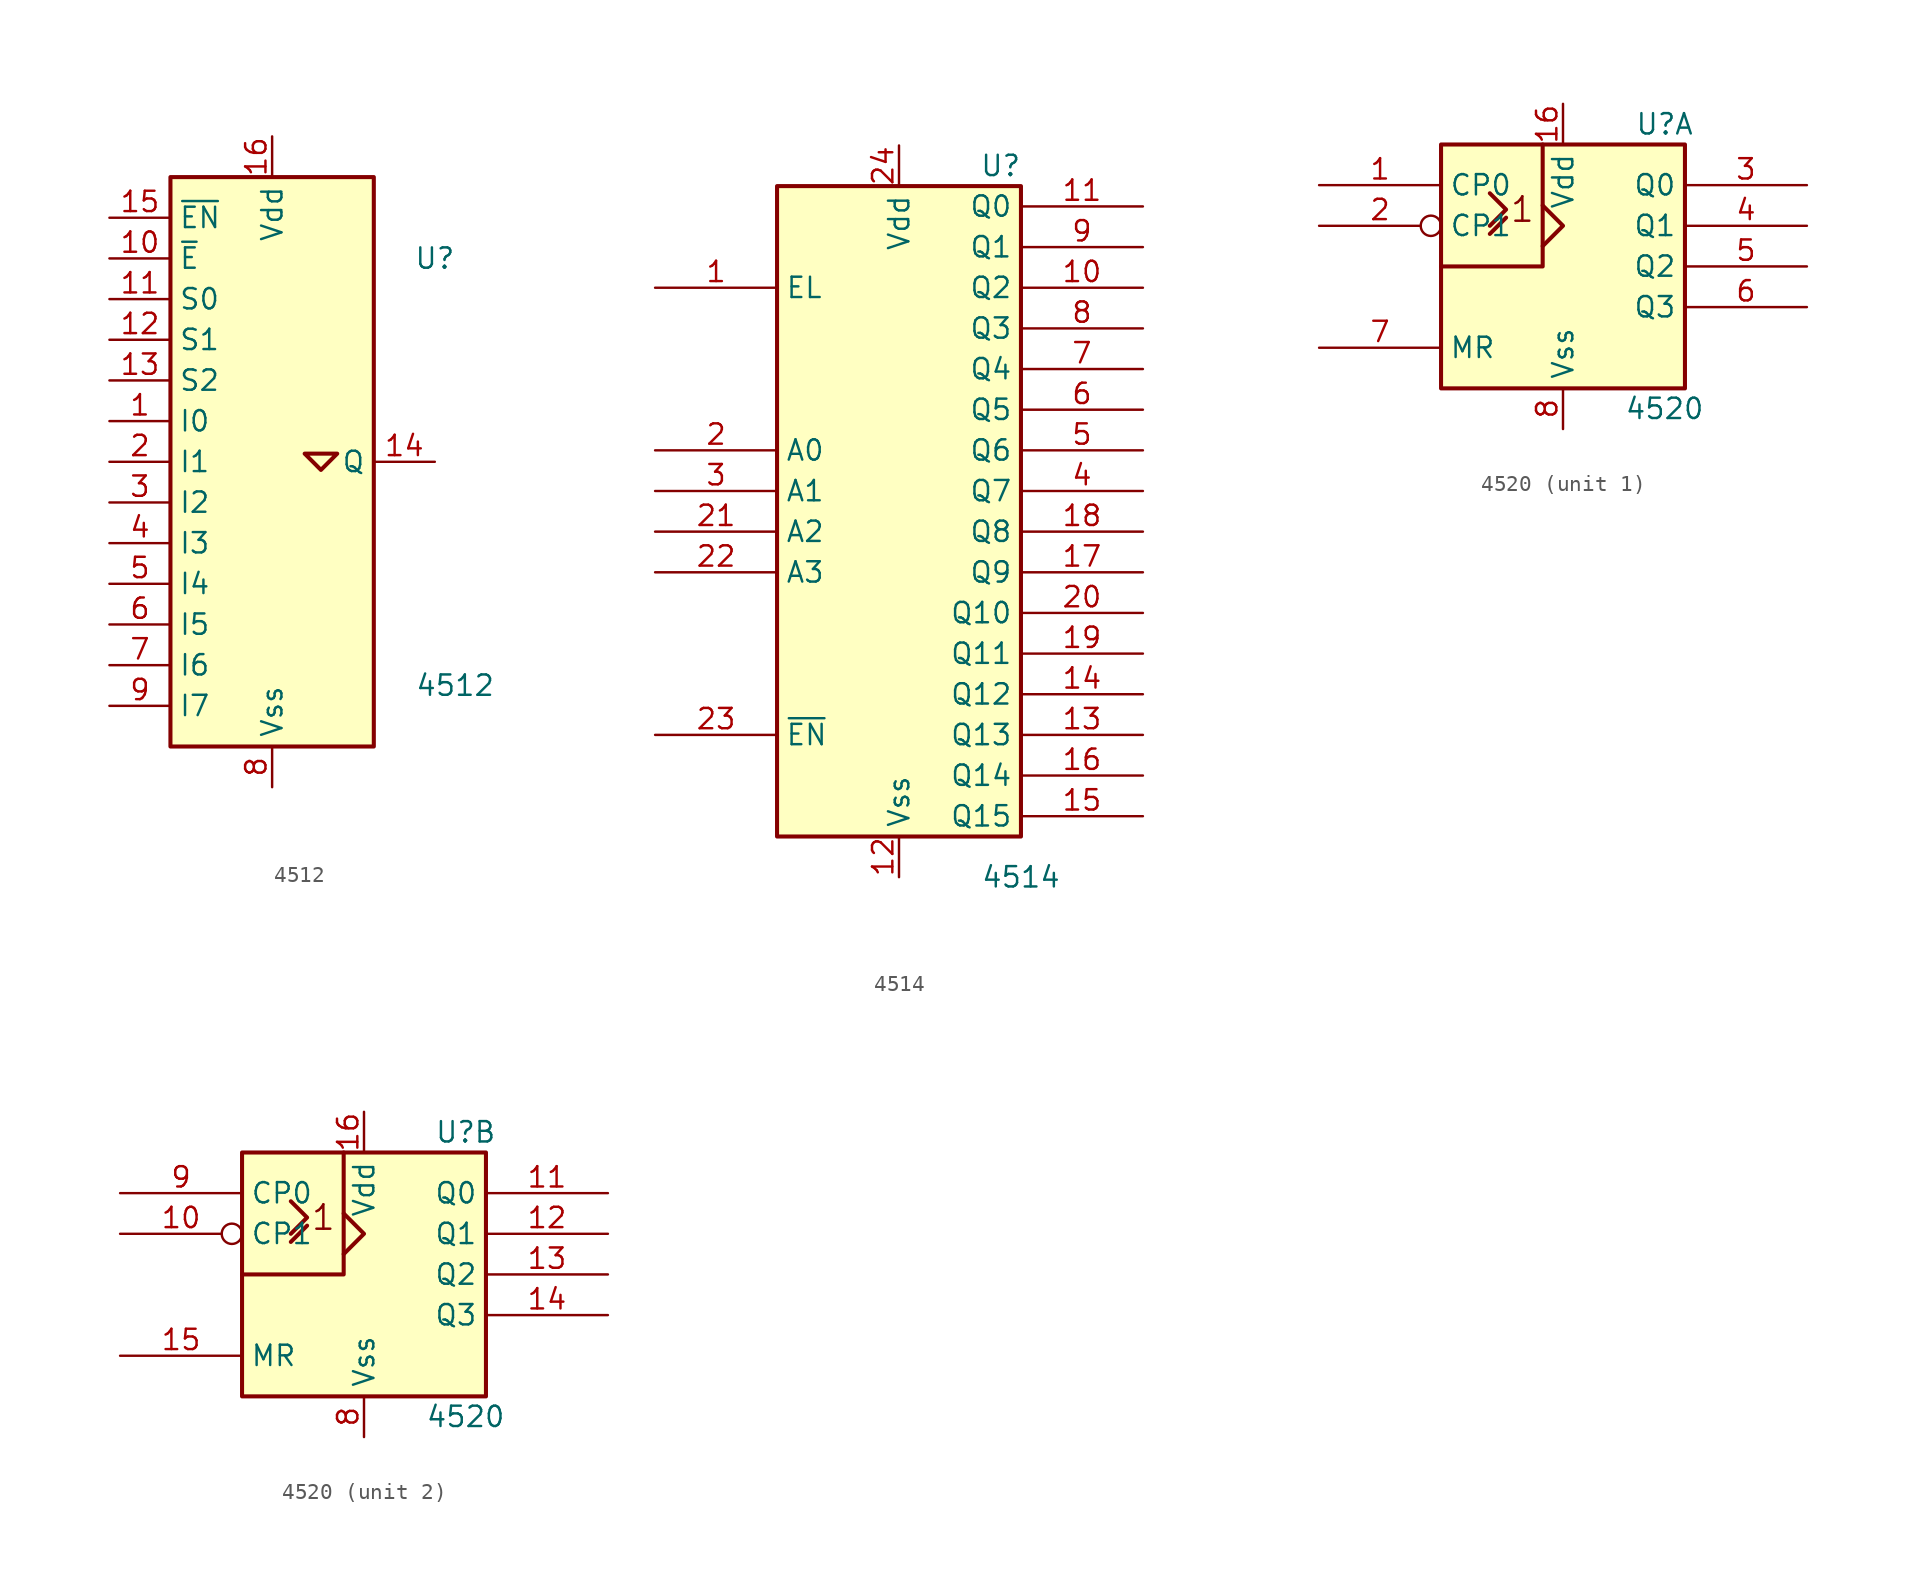
<source format=kicad_sym>
(kicad_symbol_lib
  (version 20241209)
  (generator "kicad_symbol_editor")
  (generator_version "9.0")
  (symbol "4512"
    (property "Reference" "U"
      (at 10.16 12.7 0)
      (effects (font (size 1.27 1.27))))
    (property "Value" "4512"
      (at 11.43 -13.97 0)
      (effects (font (size 1.27 1.27))))
    (symbol "4512_0_1"
      (rectangle (start -6.35 17.78) (end 6.35 -17.78) (stroke (width 0.254) (type default)) (fill (type background)))
      (polyline (pts (xy 2.032 0.508) (xy 3.048 -0.508) (xy 4.064 0.508) (xy 2.032 0.508) (xy 2.032 0.508)) (stroke (width 0.254) (type default)) (fill (type background))))
    (symbol "4512_1_1"
      (pin input line (at -10.16 15.24 0) (length 3.81) (name "~{EN}" (effects (font (size 1.27 1.27)))) (number "15" (effects (font (size 1.27 1.27)))))
      (pin input line (at -10.16 12.7 0) (length 3.81) (name "~{E}" (effects (font (size 1.27 1.27)))) (number "10" (effects (font (size 1.27 1.27)))))
      (pin input line (at -10.16 10.16 0) (length 3.81) (name "S0" (effects (font (size 1.27 1.27)))) (number "11" (effects (font (size 1.27 1.27)))))
      (pin input line (at -10.16 7.62 0) (length 3.81) (name "S1" (effects (font (size 1.27 1.27)))) (number "12" (effects (font (size 1.27 1.27)))))
      (pin input line (at -10.16 5.08 0) (length 3.81) (name "S2" (effects (font (size 1.27 1.27)))) (number "13" (effects (font (size 1.27 1.27)))))
      (pin input line (at -10.16 2.54 0) (length 3.81) (name "I0" (effects (font (size 1.27 1.27)))) (number "1" (effects (font (size 1.27 1.27)))))
      (pin input line (at -10.16 0 0) (length 3.81) (name "I1" (effects (font (size 1.27 1.27)))) (number "2" (effects (font (size 1.27 1.27)))))
      (pin input line (at -10.16 -2.54 0) (length 3.81) (name "I2" (effects (font (size 1.27 1.27)))) (number "3" (effects (font (size 1.27 1.27)))))
      (pin input line (at -10.16 -5.08 0) (length 3.81) (name "I3" (effects (font (size 1.27 1.27)))) (number "4" (effects (font (size 1.27 1.27)))))
      (pin input line (at -10.16 -7.62 0) (length 3.81) (name "I4" (effects (font (size 1.27 1.27)))) (number "5" (effects (font (size 1.27 1.27)))))
      (pin input line (at -10.16 -10.16 0) (length 3.81) (name "I5" (effects (font (size 1.27 1.27)))) (number "6" (effects (font (size 1.27 1.27)))))
      (pin input line (at -10.16 -12.7 0) (length 3.81) (name "I6" (effects (font (size 1.27 1.27)))) (number "7" (effects (font (size 1.27 1.27)))))
      (pin input line (at -10.16 -15.24 0) (length 3.81) (name "I7" (effects (font (size 1.27 1.27)))) (number "9" (effects (font (size 1.27 1.27)))))
      (pin power_in line (at 0 20.32 270) (length 2.54) (name "Vdd" (effects (font (size 1.27 1.27)))) (number "16" (effects (font (size 1.27 1.27)))))
      (pin power_in line (at 0 -20.32 90) (length 2.54) (name "Vss" (effects (font (size 1.27 1.27)))) (number "8" (effects (font (size 1.27 1.27)))))
      (pin output line (at 10.16 0 180) (length 3.81) (name "Q" (effects (font (size 1.27 1.27)))) (number "14" (effects (font (size 1.27 1.27)))))))
  (symbol "4514"
    (property "Reference" "U"
      (at 6.35 21.59 0)
      (effects (font (size 1.27 1.27))))
    (property "Value" "4514"
      (at 7.62 -22.86 0)
      (effects (font (size 1.27 1.27))))
    (symbol "4514_0_1"
      (rectangle (start 7.62 20.32) (end -7.62 -20.32) (stroke (width 0.254) (type default)) (fill (type background))))
    (symbol "4514_1_1"
      (pin input line (at -15.24 13.97 0) (length 7.62) (name "EL" (effects (font (size 1.27 1.27)))) (number "1" (effects (font (size 1.27 1.27)))))
      (pin input line (at -15.24 3.81 0) (length 7.62) (name "A0" (effects (font (size 1.27 1.27)))) (number "2" (effects (font (size 1.27 1.27)))))
      (pin input line (at -15.24 1.27 0) (length 7.62) (name "A1" (effects (font (size 1.27 1.27)))) (number "3" (effects (font (size 1.27 1.27)))))
      (pin input line (at -15.24 -1.27 0) (length 7.62) (name "A2" (effects (font (size 1.27 1.27)))) (number "21" (effects (font (size 1.27 1.27)))))
      (pin input line (at -15.24 -3.81 0) (length 7.62) (name "A3" (effects (font (size 1.27 1.27)))) (number "22" (effects (font (size 1.27 1.27)))))
      (pin input line (at -15.24 -13.97 0) (length 7.62) (name "~{EN}" (effects (font (size 1.27 1.27)))) (number "23" (effects (font (size 1.27 1.27)))))
      (pin power_in line (at 0 22.86 270) (length 2.54) (name "Vdd" (effects (font (size 1.27 1.27)))) (number "24" (effects (font (size 1.27 1.27)))))
      (pin power_in line (at 0 -22.86 90) (length 2.54) (name "Vss" (effects (font (size 1.27 1.27)))) (number "12" (effects (font (size 1.27 1.27)))))
      (pin output line (at 15.24 19.05 180) (length 7.62) (name "Q0" (effects (font (size 1.27 1.27)))) (number "11" (effects (font (size 1.27 1.27)))))
      (pin output line (at 15.24 16.51 180) (length 7.62) (name "Q1" (effects (font (size 1.27 1.27)))) (number "9" (effects (font (size 1.27 1.27)))))
      (pin output line (at 15.24 13.97 180) (length 7.62) (name "Q2" (effects (font (size 1.27 1.27)))) (number "10" (effects (font (size 1.27 1.27)))))
      (pin output line (at 15.24 11.43 180) (length 7.62) (name "Q3" (effects (font (size 1.27 1.27)))) (number "8" (effects (font (size 1.27 1.27)))))
      (pin output line (at 15.24 8.89 180) (length 7.62) (name "Q4" (effects (font (size 1.27 1.27)))) (number "7" (effects (font (size 1.27 1.27)))))
      (pin output line (at 15.24 6.35 180) (length 7.62) (name "Q5" (effects (font (size 1.27 1.27)))) (number "6" (effects (font (size 1.27 1.27)))))
      (pin output line (at 15.24 3.81 180) (length 7.62) (name "Q6" (effects (font (size 1.27 1.27)))) (number "5" (effects (font (size 1.27 1.27)))))
      (pin output line (at 15.24 1.27 180) (length 7.62) (name "Q7" (effects (font (size 1.27 1.27)))) (number "4" (effects (font (size 1.27 1.27)))))
      (pin output line (at 15.24 -1.27 180) (length 7.62) (name "Q8" (effects (font (size 1.27 1.27)))) (number "18" (effects (font (size 1.27 1.27)))))
      (pin output line (at 15.24 -3.81 180) (length 7.62) (name "Q9" (effects (font (size 1.27 1.27)))) (number "17" (effects (font (size 1.27 1.27)))))
      (pin output line (at 15.24 -6.35 180) (length 7.62) (name "Q10" (effects (font (size 1.27 1.27)))) (number "20" (effects (font (size 1.27 1.27)))))
      (pin output line (at 15.24 -8.89 180) (length 7.62) (name "Q11" (effects (font (size 1.27 1.27)))) (number "19" (effects (font (size 1.27 1.27)))))
      (pin output line (at 15.24 -11.43 180) (length 7.62) (name "Q12" (effects (font (size 1.27 1.27)))) (number "14" (effects (font (size 1.27 1.27)))))
      (pin output line (at 15.24 -13.97 180) (length 7.62) (name "Q13" (effects (font (size 1.27 1.27)))) (number "13" (effects (font (size 1.27 1.27)))))
      (pin output line (at 15.24 -16.51 180) (length 7.62) (name "Q14" (effects (font (size 1.27 1.27)))) (number "16" (effects (font (size 1.27 1.27)))))
      (pin output line (at 15.24 -19.05 180) (length 7.62) (name "Q15" (effects (font (size 1.27 1.27)))) (number "15" (effects (font (size 1.27 1.27)))))))
  (symbol "4520"
    (property "Reference" "U"
      (at 6.35 8.89 0)
      (effects (font (size 1.27 1.27))))
    (property "Value" "4520"
      (at 6.35 -8.89 0)
      (effects (font (size 1.27 1.27))))
    (symbol "4520_0_0"
      (text "1" (at -2.54 3.556 0) (effects (font (size 1.524 1.524)))))
    (symbol "4520_0_1"
      (rectangle (start -7.62 7.62) (end 7.62 -7.62) (stroke (width 0.254) (type default)) (fill (type background)))
      (polyline (pts (xy -4.572 4.572) (xy -3.556 3.556) (xy -4.572 2.54) (xy -4.572 2.54)) (stroke (width 0.254) (type default)) (fill (type background)))
      (polyline (pts (xy -4.572 2.032) (xy -3.556 3.048) (xy -3.556 3.048)) (stroke (width 0.254) (type default)) (fill (type background)))
      (polyline (pts (xy -1.27 7.62) (xy -1.27 0) (xy -7.62 0) (xy -6.35 0)) (stroke (width 0.254) (type default)) (fill (type background)))
      (polyline (pts (xy -1.27 3.81) (xy 0 2.54) (xy -1.27 1.27) (xy -1.27 1.27)) (stroke (width 0.254) (type default)) (fill (type background)))
      (pin power_in line (at 0 10.16 270) (length 2.54) (name "Vdd" (effects (font (size 1.27 1.27)))) (number "16" (effects (font (size 1.27 1.27)))))
      (pin power_in line (at 0 -10.16 90) (length 2.54) (name "Vss" (effects (font (size 1.27 1.27)))) (number "8" (effects (font (size 1.27 1.27))))))
    (symbol "4520_1_1"
      (pin input line (at -15.24 5.08 0) (length 7.62) (name "CP0" (effects (font (size 1.27 1.27)))) (number "1" (effects (font (size 1.27 1.27)))))
      (pin input inverted (at -15.24 2.54 0) (length 7.62) (name "CP1" (effects (font (size 1.27 1.27)))) (number "2" (effects (font (size 1.27 1.27)))))
      (pin input line (at -15.24 -5.08 0) (length 7.62) (name "MR" (effects (font (size 1.27 1.27)))) (number "7" (effects (font (size 1.27 1.27)))))
      (pin output line (at 15.24 5.08 180) (length 7.62) (name "Q0" (effects (font (size 1.27 1.27)))) (number "3" (effects (font (size 1.27 1.27)))))
      (pin output line (at 15.24 2.54 180) (length 7.62) (name "Q1" (effects (font (size 1.27 1.27)))) (number "4" (effects (font (size 1.27 1.27)))))
      (pin output line (at 15.24 0 180) (length 7.62) (name "Q2" (effects (font (size 1.27 1.27)))) (number "5" (effects (font (size 1.27 1.27)))))
      (pin output line (at 15.24 -2.54 180) (length 7.62) (name "Q3" (effects (font (size 1.27 1.27)))) (number "6" (effects (font (size 1.27 1.27))))))
    (symbol "4520_2_1"
      (pin input line (at -15.24 5.08 0) (length 7.62) (name "CP0" (effects (font (size 1.27 1.27)))) (number "9" (effects (font (size 1.27 1.27)))))
      (pin input inverted (at -15.24 2.54 0) (length 7.62) (name "CP1" (effects (font (size 1.27 1.27)))) (number "10" (effects (font (size 1.27 1.27)))))
      (pin input line (at -15.24 -5.08 0) (length 7.62) (name "MR" (effects (font (size 1.27 1.27)))) (number "15" (effects (font (size 1.27 1.27)))))
      (pin output line (at 15.24 5.08 180) (length 7.62) (name "Q0" (effects (font (size 1.27 1.27)))) (number "11" (effects (font (size 1.27 1.27)))))
      (pin output line (at 15.24 2.54 180) (length 7.62) (name "Q1" (effects (font (size 1.27 1.27)))) (number "12" (effects (font (size 1.27 1.27)))))
      (pin output line (at 15.24 0 180) (length 7.62) (name "Q2" (effects (font (size 1.27 1.27)))) (number "13" (effects (font (size 1.27 1.27)))))
      (pin output line (at 15.24 -2.54 180) (length 7.62) (name "Q3" (effects (font (size 1.27 1.27)))) (number "14" (effects (font (size 1.27 1.27))))))))
</source>
